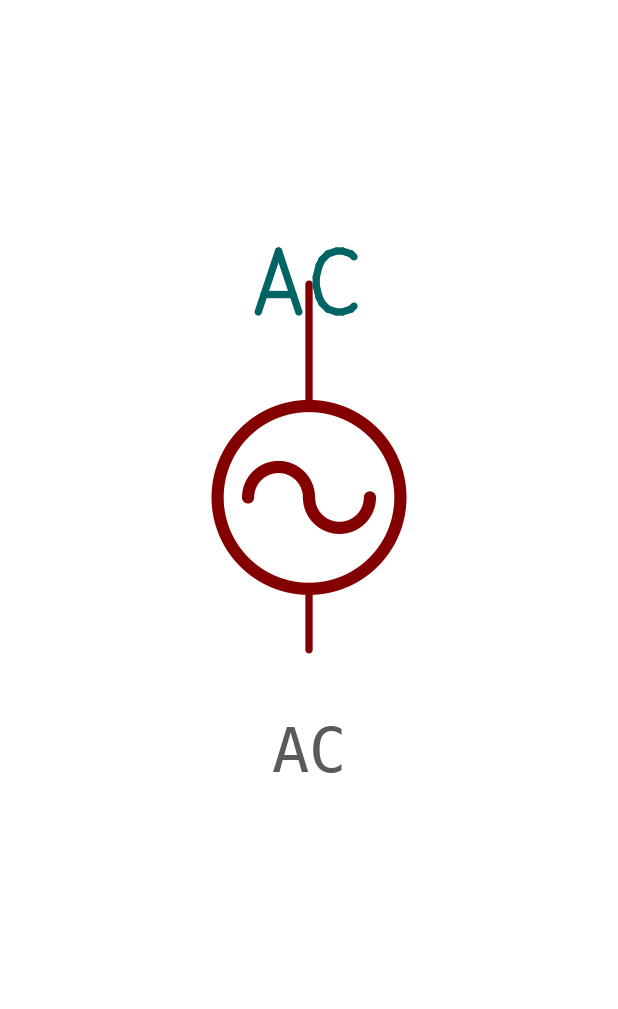
<source format=kicad_sym>
(kicad_symbol_lib
  (version 20231120)
  (generator "kicad_symbol_editor")
  (generator_version "8.0")
  (symbol "AC"
    (power)
    (pin_names
      (offset 0))
    (property "Reference" "#PWR?"
      (at 0 -2.54 0)
      (effects (font (size 1.27 1.27)) (hide yes)))
    (property "Value" "AC"
      (at 0 7.62 0)
      (effects (font (size 1.27 1.27))))
    (symbol "AC_0_1"
      (polyline (pts (xy 0 0) (xy 0 1.27)) (stroke (width 0) (type default)) (fill (type none)))
      (arc (start 0 3.175) (mid -0.635 3.8072) (end -1.27 3.175) (stroke (width 0.254) (type default)) (fill (type none)))
      (arc (start 0 3.175) (mid 0.635 2.5427) (end 1.27 3.175) (stroke (width 0.254) (type default)) (fill (type none)))
      (circle (center 0 3.175) (radius 1.905) (stroke (width 0.254) (type default)) (fill (type none))))
    (symbol "AC_1_1"
      (pin input line (at 0 7.62 270) (length 2.54) (name "" (effects (font (size 1.27 1.27)))) (number "" (effects (font (size 1.27 1.27)))))
      (pin power_in line (at 0 0 90) (length 0) hide (name "AC" (effects (font (size 1.27 1.27)))) (number "1" (effects (font (size 1.27 1.27))))))))
</source>
